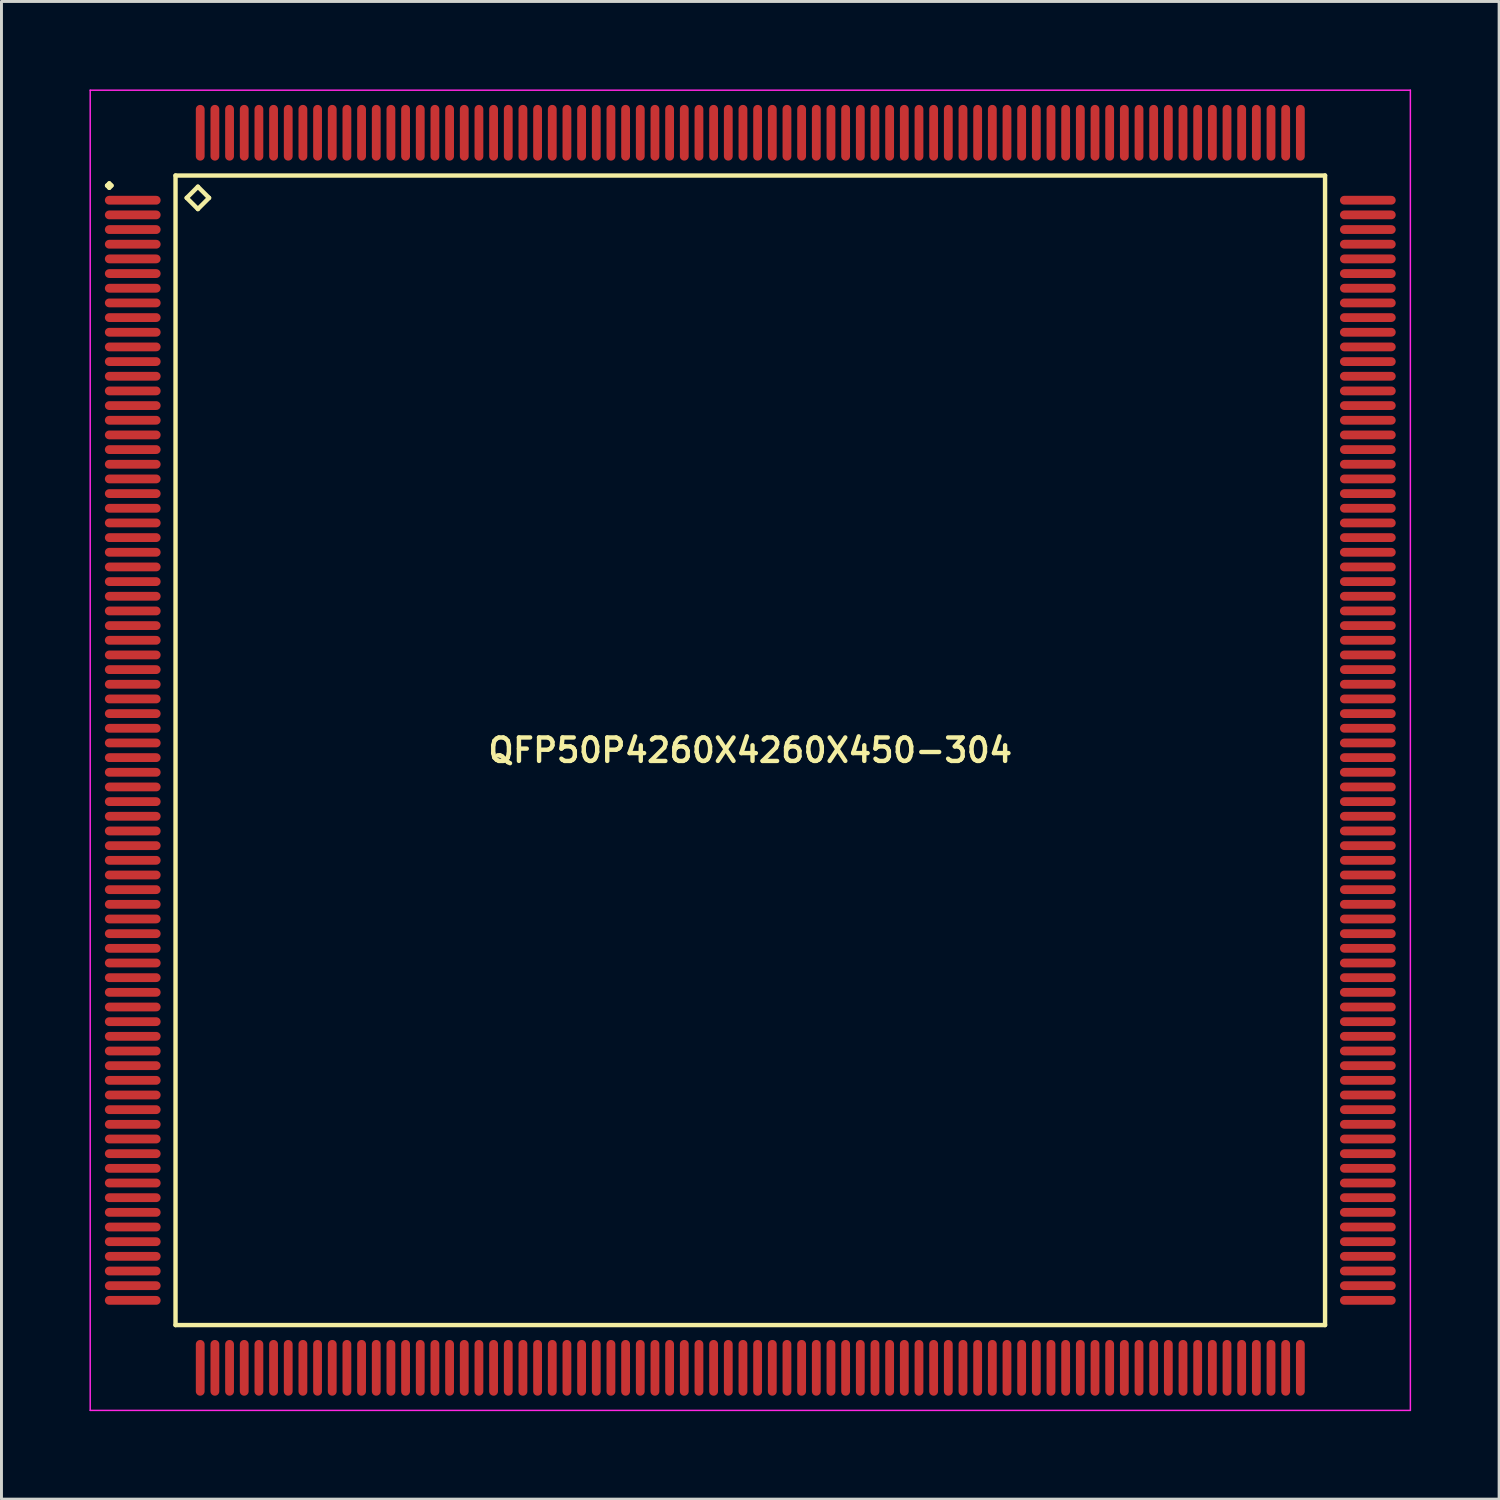
<source format=kicad_pcb>
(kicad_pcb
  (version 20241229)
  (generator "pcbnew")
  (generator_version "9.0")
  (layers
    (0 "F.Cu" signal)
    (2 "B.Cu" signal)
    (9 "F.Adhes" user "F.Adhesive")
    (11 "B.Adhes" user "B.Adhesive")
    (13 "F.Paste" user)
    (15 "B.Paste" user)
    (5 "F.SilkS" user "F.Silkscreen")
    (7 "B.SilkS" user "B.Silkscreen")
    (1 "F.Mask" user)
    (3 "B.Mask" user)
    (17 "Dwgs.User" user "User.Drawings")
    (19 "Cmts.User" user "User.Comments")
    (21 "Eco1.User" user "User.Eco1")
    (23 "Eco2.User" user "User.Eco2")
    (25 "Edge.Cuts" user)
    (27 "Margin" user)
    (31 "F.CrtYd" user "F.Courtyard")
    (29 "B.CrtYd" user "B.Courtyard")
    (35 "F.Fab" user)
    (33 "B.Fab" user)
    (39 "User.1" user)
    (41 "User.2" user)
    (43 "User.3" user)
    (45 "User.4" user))
  (footprint "QFP50P4260X4260X450-304"
    (layer "F.Cu")
    (at 22.525 22.525)
    (property "Reference" "QFP50P4260X4260X450-304" (at 0 0 0) (layer "F.SilkS") (effects (font (size 0.8 0.8) (thickness 0.15))))
    (attr smd)
    (fp_line (start -21.925 -19.25) (end -21.85 -19.325) (stroke (width 0.15) (type solid)) (layer "F.SilkS"))
    (fp_line (start -21.85 -19.325) (end -21.775 -19.25) (stroke (width 0.15) (type solid)) (layer "F.SilkS"))
    (fp_line (start -21.85 -19.175) (end -21.925 -19.25) (stroke (width 0.15) (type solid)) (layer "F.SilkS"))
    (fp_line (start -21.775 -19.25) (end -21.85 -19.175) (stroke (width 0.15) (type solid)) (layer "F.SilkS"))
    (fp_line (start -19.592 -19.592) (end -19.592 19.592) (stroke (width 0.15) (type solid)) (layer "F.SilkS"))
    (fp_line (start -19.592 19.592) (end 19.592 19.592) (stroke (width 0.15) (type solid)) (layer "F.SilkS"))
    (fp_line (start -19.211 -18.83) (end -18.83 -19.211) (stroke (width 0.15) (type solid)) (layer "F.SilkS"))
    (fp_line (start -18.83 -19.211) (end -18.449 -18.83) (stroke (width 0.15) (type solid)) (layer "F.SilkS"))
    (fp_line (start -18.83 -18.449) (end -19.211 -18.83) (stroke (width 0.15) (type solid)) (layer "F.SilkS"))
    (fp_line (start -18.449 -18.83) (end -18.83 -18.449) (stroke (width 0.15) (type solid)) (layer "F.SilkS"))
    (fp_line (start 19.592 -19.592) (end -19.592 -19.592) (stroke (width 0.15) (type solid)) (layer "F.SilkS"))
    (fp_line (start 19.592 19.592) (end 19.592 -19.592) (stroke (width 0.15) (type solid)) (layer "F.SilkS"))
    (fp_line (start -22.5 -22.5) (end 22.5 -22.5) (stroke (width 0.05) (type solid)) (layer "F.CrtYd"))
    (fp_line (start -22.5 22.5) (end -22.5 -22.5) (stroke (width 0.05) (type solid)) (layer "F.CrtYd"))
    (fp_line (start 22.5 -22.5) (end 22.5 22.5) (stroke (width 0.05) (type solid)) (layer "F.CrtYd"))
    (fp_line (start 22.5 22.5) (end -22.5 22.5) (stroke (width 0.05) (type solid)) (layer "F.CrtYd"))
    (pad "1" smd oval (at -21.05 -18.75) (size 1.9 0.3) (layers "F.Cu" "F.Mask" "F.Paste"))
    (pad "2" smd oval (at -21.05 -18.25) (size 1.9 0.3) (layers "F.Cu" "F.Mask" "F.Paste"))
    (pad "3" smd oval (at -21.05 -17.75) (size 1.9 0.3) (layers "F.Cu" "F.Mask" "F.Paste"))
    (pad "4" smd oval (at -21.05 -17.25) (size 1.9 0.3) (layers "F.Cu" "F.Mask" "F.Paste"))
    (pad "5" smd oval (at -21.05 -16.75) (size 1.9 0.3) (layers "F.Cu" "F.Mask" "F.Paste"))
    (pad "6" smd oval (at -21.05 -16.25) (size 1.9 0.3) (layers "F.Cu" "F.Mask" "F.Paste"))
    (pad "7" smd oval (at -21.05 -15.75) (size 1.9 0.3) (layers "F.Cu" "F.Mask" "F.Paste"))
    (pad "8" smd oval (at -21.05 -15.25) (size 1.9 0.3) (layers "F.Cu" "F.Mask" "F.Paste"))
    (pad "9" smd oval (at -21.05 -14.75) (size 1.9 0.3) (layers "F.Cu" "F.Mask" "F.Paste"))
    (pad "10" smd oval (at -21.05 -14.25) (size 1.9 0.3) (layers "F.Cu" "F.Mask" "F.Paste"))
    (pad "11" smd oval (at -21.05 -13.75) (size 1.9 0.3) (layers "F.Cu" "F.Mask" "F.Paste"))
    (pad "12" smd oval (at -21.05 -13.25) (size 1.9 0.3) (layers "F.Cu" "F.Mask" "F.Paste"))
    (pad "13" smd oval (at -21.05 -12.75) (size 1.9 0.3) (layers "F.Cu" "F.Mask" "F.Paste"))
    (pad "14" smd oval (at -21.05 -12.25) (size 1.9 0.3) (layers "F.Cu" "F.Mask" "F.Paste"))
    (pad "15" smd oval (at -21.05 -11.75) (size 1.9 0.3) (layers "F.Cu" "F.Mask" "F.Paste"))
    (pad "16" smd oval (at -21.05 -11.25) (size 1.9 0.3) (layers "F.Cu" "F.Mask" "F.Paste"))
    (pad "17" smd oval (at -21.05 -10.75) (size 1.9 0.3) (layers "F.Cu" "F.Mask" "F.Paste"))
    (pad "18" smd oval (at -21.05 -10.25) (size 1.9 0.3) (layers "F.Cu" "F.Mask" "F.Paste"))
    (pad "19" smd oval (at -21.05 -9.75) (size 1.9 0.3) (layers "F.Cu" "F.Mask" "F.Paste"))
    (pad "20" smd oval (at -21.05 -9.25) (size 1.9 0.3) (layers "F.Cu" "F.Mask" "F.Paste"))
    (pad "21" smd oval (at -21.05 -8.75) (size 1.9 0.3) (layers "F.Cu" "F.Mask" "F.Paste"))
    (pad "22" smd oval (at -21.05 -8.25) (size 1.9 0.3) (layers "F.Cu" "F.Mask" "F.Paste"))
    (pad "23" smd oval (at -21.05 -7.75) (size 1.9 0.3) (layers "F.Cu" "F.Mask" "F.Paste"))
    (pad "24" smd oval (at -21.05 -7.25) (size 1.9 0.3) (layers "F.Cu" "F.Mask" "F.Paste"))
    (pad "25" smd oval (at -21.05 -6.75) (size 1.9 0.3) (layers "F.Cu" "F.Mask" "F.Paste"))
    (pad "26" smd oval (at -21.05 -6.25) (size 1.9 0.3) (layers "F.Cu" "F.Mask" "F.Paste"))
    (pad "27" smd oval (at -21.05 -5.75) (size 1.9 0.3) (layers "F.Cu" "F.Mask" "F.Paste"))
    (pad "28" smd oval (at -21.05 -5.25) (size 1.9 0.3) (layers "F.Cu" "F.Mask" "F.Paste"))
    (pad "29" smd oval (at -21.05 -4.75) (size 1.9 0.3) (layers "F.Cu" "F.Mask" "F.Paste"))
    (pad "30" smd oval (at -21.05 -4.25) (size 1.9 0.3) (layers "F.Cu" "F.Mask" "F.Paste"))
    (pad "31" smd oval (at -21.05 -3.75) (size 1.9 0.3) (layers "F.Cu" "F.Mask" "F.Paste"))
    (pad "32" smd oval (at -21.05 -3.25) (size 1.9 0.3) (layers "F.Cu" "F.Mask" "F.Paste"))
    (pad "33" smd oval (at -21.05 -2.75) (size 1.9 0.3) (layers "F.Cu" "F.Mask" "F.Paste"))
    (pad "34" smd oval (at -21.05 -2.25) (size 1.9 0.3) (layers "F.Cu" "F.Mask" "F.Paste"))
    (pad "35" smd oval (at -21.05 -1.75) (size 1.9 0.3) (layers "F.Cu" "F.Mask" "F.Paste"))
    (pad "36" smd oval (at -21.05 -1.25) (size 1.9 0.3) (layers "F.Cu" "F.Mask" "F.Paste"))
    (pad "37" smd oval (at -21.05 -0.75) (size 1.9 0.3) (layers "F.Cu" "F.Mask" "F.Paste"))
    (pad "38" smd oval (at -21.05 -0.25) (size 1.9 0.3) (layers "F.Cu" "F.Mask" "F.Paste"))
    (pad "39" smd oval (at -21.05 0.25) (size 1.9 0.3) (layers "F.Cu" "F.Mask" "F.Paste"))
    (pad "40" smd oval (at -21.05 0.75) (size 1.9 0.3) (layers "F.Cu" "F.Mask" "F.Paste"))
    (pad "41" smd oval (at -21.05 1.25) (size 1.9 0.3) (layers "F.Cu" "F.Mask" "F.Paste"))
    (pad "42" smd oval (at -21.05 1.75) (size 1.9 0.3) (layers "F.Cu" "F.Mask" "F.Paste"))
    (pad "43" smd oval (at -21.05 2.25) (size 1.9 0.3) (layers "F.Cu" "F.Mask" "F.Paste"))
    (pad "44" smd oval (at -21.05 2.75) (size 1.9 0.3) (layers "F.Cu" "F.Mask" "F.Paste"))
    (pad "45" smd oval (at -21.05 3.25) (size 1.9 0.3) (layers "F.Cu" "F.Mask" "F.Paste"))
    (pad "46" smd oval (at -21.05 3.75) (size 1.9 0.3) (layers "F.Cu" "F.Mask" "F.Paste"))
    (pad "47" smd oval (at -21.05 4.25) (size 1.9 0.3) (layers "F.Cu" "F.Mask" "F.Paste"))
    (pad "48" smd oval (at -21.05 4.75) (size 1.9 0.3) (layers "F.Cu" "F.Mask" "F.Paste"))
    (pad "49" smd oval (at -21.05 5.25) (size 1.9 0.3) (layers "F.Cu" "F.Mask" "F.Paste"))
    (pad "50" smd oval (at -21.05 5.75) (size 1.9 0.3) (layers "F.Cu" "F.Mask" "F.Paste"))
    (pad "51" smd oval (at -21.05 6.25) (size 1.9 0.3) (layers "F.Cu" "F.Mask" "F.Paste"))
    (pad "52" smd oval (at -21.05 6.75) (size 1.9 0.3) (layers "F.Cu" "F.Mask" "F.Paste"))
    (pad "53" smd oval (at -21.05 7.25) (size 1.9 0.3) (layers "F.Cu" "F.Mask" "F.Paste"))
    (pad "54" smd oval (at -21.05 7.75) (size 1.9 0.3) (layers "F.Cu" "F.Mask" "F.Paste"))
    (pad "55" smd oval (at -21.05 8.25) (size 1.9 0.3) (layers "F.Cu" "F.Mask" "F.Paste"))
    (pad "56" smd oval (at -21.05 8.75) (size 1.9 0.3) (layers "F.Cu" "F.Mask" "F.Paste"))
    (pad "57" smd oval (at -21.05 9.25) (size 1.9 0.3) (layers "F.Cu" "F.Mask" "F.Paste"))
    (pad "58" smd oval (at -21.05 9.75) (size 1.9 0.3) (layers "F.Cu" "F.Mask" "F.Paste"))
    (pad "59" smd oval (at -21.05 10.25) (size 1.9 0.3) (layers "F.Cu" "F.Mask" "F.Paste"))
    (pad "60" smd oval (at -21.05 10.75) (size 1.9 0.3) (layers "F.Cu" "F.Mask" "F.Paste"))
    (pad "61" smd oval (at -21.05 11.25) (size 1.9 0.3) (layers "F.Cu" "F.Mask" "F.Paste"))
    (pad "62" smd oval (at -21.05 11.75) (size 1.9 0.3) (layers "F.Cu" "F.Mask" "F.Paste"))
    (pad "63" smd oval (at -21.05 12.25) (size 1.9 0.3) (layers "F.Cu" "F.Mask" "F.Paste"))
    (pad "64" smd oval (at -21.05 12.75) (size 1.9 0.3) (layers "F.Cu" "F.Mask" "F.Paste"))
    (pad "65" smd oval (at -21.05 13.25) (size 1.9 0.3) (layers "F.Cu" "F.Mask" "F.Paste"))
    (pad "66" smd oval (at -21.05 13.75) (size 1.9 0.3) (layers "F.Cu" "F.Mask" "F.Paste"))
    (pad "67" smd oval (at -21.05 14.25) (size 1.9 0.3) (layers "F.Cu" "F.Mask" "F.Paste"))
    (pad "68" smd oval (at -21.05 14.75) (size 1.9 0.3) (layers "F.Cu" "F.Mask" "F.Paste"))
    (pad "69" smd oval (at -21.05 15.25) (size 1.9 0.3) (layers "F.Cu" "F.Mask" "F.Paste"))
    (pad "70" smd oval (at -21.05 15.75) (size 1.9 0.3) (layers "F.Cu" "F.Mask" "F.Paste"))
    (pad "71" smd oval (at -21.05 16.25) (size 1.9 0.3) (layers "F.Cu" "F.Mask" "F.Paste"))
    (pad "72" smd oval (at -21.05 16.75) (size 1.9 0.3) (layers "F.Cu" "F.Mask" "F.Paste"))
    (pad "73" smd oval (at -21.05 17.25) (size 1.9 0.3) (layers "F.Cu" "F.Mask" "F.Paste"))
    (pad "74" smd oval (at -21.05 17.75) (size 1.9 0.3) (layers "F.Cu" "F.Mask" "F.Paste"))
    (pad "75" smd oval (at -21.05 18.25) (size 1.9 0.3) (layers "F.Cu" "F.Mask" "F.Paste"))
    (pad "76" smd oval (at -21.05 18.75) (size 1.9 0.3) (layers "F.Cu" "F.Mask" "F.Paste"))
    (pad "77" smd oval (at -18.75 21.05) (size 0.3 1.9) (layers "F.Cu" "F.Mask" "F.Paste"))
    (pad "78" smd oval (at -18.25 21.05) (size 0.3 1.9) (layers "F.Cu" "F.Mask" "F.Paste"))
    (pad "79" smd oval (at -17.75 21.05) (size 0.3 1.9) (layers "F.Cu" "F.Mask" "F.Paste"))
    (pad "80" smd oval (at -17.25 21.05) (size 0.3 1.9) (layers "F.Cu" "F.Mask" "F.Paste"))
    (pad "81" smd oval (at -16.75 21.05) (size 0.3 1.9) (layers "F.Cu" "F.Mask" "F.Paste"))
    (pad "82" smd oval (at -16.25 21.05) (size 0.3 1.9) (layers "F.Cu" "F.Mask" "F.Paste"))
    (pad "83" smd oval (at -15.75 21.05) (size 0.3 1.9) (layers "F.Cu" "F.Mask" "F.Paste"))
    (pad "84" smd oval (at -15.25 21.05) (size 0.3 1.9) (layers "F.Cu" "F.Mask" "F.Paste"))
    (pad "85" smd oval (at -14.75 21.05) (size 0.3 1.9) (layers "F.Cu" "F.Mask" "F.Paste"))
    (pad "86" smd oval (at -14.25 21.05) (size 0.3 1.9) (layers "F.Cu" "F.Mask" "F.Paste"))
    (pad "87" smd oval (at -13.75 21.05) (size 0.3 1.9) (layers "F.Cu" "F.Mask" "F.Paste"))
    (pad "88" smd oval (at -13.25 21.05) (size 0.3 1.9) (layers "F.Cu" "F.Mask" "F.Paste"))
    (pad "89" smd oval (at -12.75 21.05) (size 0.3 1.9) (layers "F.Cu" "F.Mask" "F.Paste"))
    (pad "90" smd oval (at -12.25 21.05) (size 0.3 1.9) (layers "F.Cu" "F.Mask" "F.Paste"))
    (pad "91" smd oval (at -11.75 21.05) (size 0.3 1.9) (layers "F.Cu" "F.Mask" "F.Paste"))
    (pad "92" smd oval (at -11.25 21.05) (size 0.3 1.9) (layers "F.Cu" "F.Mask" "F.Paste"))
    (pad "93" smd oval (at -10.75 21.05) (size 0.3 1.9) (layers "F.Cu" "F.Mask" "F.Paste"))
    (pad "94" smd oval (at -10.25 21.05) (size 0.3 1.9) (layers "F.Cu" "F.Mask" "F.Paste"))
    (pad "95" smd oval (at -9.75 21.05) (size 0.3 1.9) (layers "F.Cu" "F.Mask" "F.Paste"))
    (pad "96" smd oval (at -9.25 21.05) (size 0.3 1.9) (layers "F.Cu" "F.Mask" "F.Paste"))
    (pad "97" smd oval (at -8.75 21.05) (size 0.3 1.9) (layers "F.Cu" "F.Mask" "F.Paste"))
    (pad "98" smd oval (at -8.25 21.05) (size 0.3 1.9) (layers "F.Cu" "F.Mask" "F.Paste"))
    (pad "99" smd oval (at -7.75 21.05) (size 0.3 1.9) (layers "F.Cu" "F.Mask" "F.Paste"))
    (pad "100" smd oval (at -7.25 21.05) (size 0.3 1.9) (layers "F.Cu" "F.Mask" "F.Paste"))
    (pad "101" smd oval (at -6.75 21.05) (size 0.3 1.9) (layers "F.Cu" "F.Mask" "F.Paste"))
    (pad "102" smd oval (at -6.25 21.05) (size 0.3 1.9) (layers "F.Cu" "F.Mask" "F.Paste"))
    (pad "103" smd oval (at -5.75 21.05) (size 0.3 1.9) (layers "F.Cu" "F.Mask" "F.Paste"))
    (pad "104" smd oval (at -5.25 21.05) (size 0.3 1.9) (layers "F.Cu" "F.Mask" "F.Paste"))
    (pad "105" smd oval (at -4.75 21.05) (size 0.3 1.9) (layers "F.Cu" "F.Mask" "F.Paste"))
    (pad "106" smd oval (at -4.25 21.05) (size 0.3 1.9) (layers "F.Cu" "F.Mask" "F.Paste"))
    (pad "107" smd oval (at -3.75 21.05) (size 0.3 1.9) (layers "F.Cu" "F.Mask" "F.Paste"))
    (pad "108" smd oval (at -3.25 21.05) (size 0.3 1.9) (layers "F.Cu" "F.Mask" "F.Paste"))
    (pad "109" smd oval (at -2.75 21.05) (size 0.3 1.9) (layers "F.Cu" "F.Mask" "F.Paste"))
    (pad "110" smd oval (at -2.25 21.05) (size 0.3 1.9) (layers "F.Cu" "F.Mask" "F.Paste"))
    (pad "111" smd oval (at -1.75 21.05) (size 0.3 1.9) (layers "F.Cu" "F.Mask" "F.Paste"))
    (pad "112" smd oval (at -1.25 21.05) (size 0.3 1.9) (layers "F.Cu" "F.Mask" "F.Paste"))
    (pad "113" smd oval (at -0.75 21.05) (size 0.3 1.9) (layers "F.Cu" "F.Mask" "F.Paste"))
    (pad "114" smd oval (at -0.25 21.05) (size 0.3 1.9) (layers "F.Cu" "F.Mask" "F.Paste"))
    (pad "115" smd oval (at 0.25 21.05) (size 0.3 1.9) (layers "F.Cu" "F.Mask" "F.Paste"))
    (pad "116" smd oval (at 0.75 21.05) (size 0.3 1.9) (layers "F.Cu" "F.Mask" "F.Paste"))
    (pad "117" smd oval (at 1.25 21.05) (size 0.3 1.9) (layers "F.Cu" "F.Mask" "F.Paste"))
    (pad "118" smd oval (at 1.75 21.05) (size 0.3 1.9) (layers "F.Cu" "F.Mask" "F.Paste"))
    (pad "119" smd oval (at 2.25 21.05) (size 0.3 1.9) (layers "F.Cu" "F.Mask" "F.Paste"))
    (pad "120" smd oval (at 2.75 21.05) (size 0.3 1.9) (layers "F.Cu" "F.Mask" "F.Paste"))
    (pad "121" smd oval (at 3.25 21.05) (size 0.3 1.9) (layers "F.Cu" "F.Mask" "F.Paste"))
    (pad "122" smd oval (at 3.75 21.05) (size 0.3 1.9) (layers "F.Cu" "F.Mask" "F.Paste"))
    (pad "123" smd oval (at 4.25 21.05) (size 0.3 1.9) (layers "F.Cu" "F.Mask" "F.Paste"))
    (pad "124" smd oval (at 4.75 21.05) (size 0.3 1.9) (layers "F.Cu" "F.Mask" "F.Paste"))
    (pad "125" smd oval (at 5.25 21.05) (size 0.3 1.9) (layers "F.Cu" "F.Mask" "F.Paste"))
    (pad "126" smd oval (at 5.75 21.05) (size 0.3 1.9) (layers "F.Cu" "F.Mask" "F.Paste"))
    (pad "127" smd oval (at 6.25 21.05) (size 0.3 1.9) (layers "F.Cu" "F.Mask" "F.Paste"))
    (pad "128" smd oval (at 6.75 21.05) (size 0.3 1.9) (layers "F.Cu" "F.Mask" "F.Paste"))
    (pad "129" smd oval (at 7.25 21.05) (size 0.3 1.9) (layers "F.Cu" "F.Mask" "F.Paste"))
    (pad "130" smd oval (at 7.75 21.05) (size 0.3 1.9) (layers "F.Cu" "F.Mask" "F.Paste"))
    (pad "131" smd oval (at 8.25 21.05) (size 0.3 1.9) (layers "F.Cu" "F.Mask" "F.Paste"))
    (pad "132" smd oval (at 8.75 21.05) (size 0.3 1.9) (layers "F.Cu" "F.Mask" "F.Paste"))
    (pad "133" smd oval (at 9.25 21.05) (size 0.3 1.9) (layers "F.Cu" "F.Mask" "F.Paste"))
    (pad "134" smd oval (at 9.75 21.05) (size 0.3 1.9) (layers "F.Cu" "F.Mask" "F.Paste"))
    (pad "135" smd oval (at 10.25 21.05) (size 0.3 1.9) (layers "F.Cu" "F.Mask" "F.Paste"))
    (pad "136" smd oval (at 10.75 21.05) (size 0.3 1.9) (layers "F.Cu" "F.Mask" "F.Paste"))
    (pad "137" smd oval (at 11.25 21.05) (size 0.3 1.9) (layers "F.Cu" "F.Mask" "F.Paste"))
    (pad "138" smd oval (at 11.75 21.05) (size 0.3 1.9) (layers "F.Cu" "F.Mask" "F.Paste"))
    (pad "139" smd oval (at 12.25 21.05) (size 0.3 1.9) (layers "F.Cu" "F.Mask" "F.Paste"))
    (pad "140" smd oval (at 12.75 21.05) (size 0.3 1.9) (layers "F.Cu" "F.Mask" "F.Paste"))
    (pad "141" smd oval (at 13.25 21.05) (size 0.3 1.9) (layers "F.Cu" "F.Mask" "F.Paste"))
    (pad "142" smd oval (at 13.75 21.05) (size 0.3 1.9) (layers "F.Cu" "F.Mask" "F.Paste"))
    (pad "143" smd oval (at 14.25 21.05) (size 0.3 1.9) (layers "F.Cu" "F.Mask" "F.Paste"))
    (pad "144" smd oval (at 14.75 21.05) (size 0.3 1.9) (layers "F.Cu" "F.Mask" "F.Paste"))
    (pad "145" smd oval (at 15.25 21.05) (size 0.3 1.9) (layers "F.Cu" "F.Mask" "F.Paste"))
    (pad "146" smd oval (at 15.75 21.05) (size 0.3 1.9) (layers "F.Cu" "F.Mask" "F.Paste"))
    (pad "147" smd oval (at 16.25 21.05) (size 0.3 1.9) (layers "F.Cu" "F.Mask" "F.Paste"))
    (pad "148" smd oval (at 16.75 21.05) (size 0.3 1.9) (layers "F.Cu" "F.Mask" "F.Paste"))
    (pad "149" smd oval (at 17.25 21.05) (size 0.3 1.9) (layers "F.Cu" "F.Mask" "F.Paste"))
    (pad "150" smd oval (at 17.75 21.05) (size 0.3 1.9) (layers "F.Cu" "F.Mask" "F.Paste"))
    (pad "151" smd oval (at 18.25 21.05) (size 0.3 1.9) (layers "F.Cu" "F.Mask" "F.Paste"))
    (pad "152" smd oval (at 18.75 21.05) (size 0.3 1.9) (layers "F.Cu" "F.Mask" "F.Paste"))
    (pad "153" smd oval (at 21.05 18.75) (size 1.9 0.3) (layers "F.Cu" "F.Mask" "F.Paste"))
    (pad "154" smd oval (at 21.05 18.25) (size 1.9 0.3) (layers "F.Cu" "F.Mask" "F.Paste"))
    (pad "155" smd oval (at 21.05 17.75) (size 1.9 0.3) (layers "F.Cu" "F.Mask" "F.Paste"))
    (pad "156" smd oval (at 21.05 17.25) (size 1.9 0.3) (layers "F.Cu" "F.Mask" "F.Paste"))
    (pad "157" smd oval (at 21.05 16.75) (size 1.9 0.3) (layers "F.Cu" "F.Mask" "F.Paste"))
    (pad "158" smd oval (at 21.05 16.25) (size 1.9 0.3) (layers "F.Cu" "F.Mask" "F.Paste"))
    (pad "159" smd oval (at 21.05 15.75) (size 1.9 0.3) (layers "F.Cu" "F.Mask" "F.Paste"))
    (pad "160" smd oval (at 21.05 15.25) (size 1.9 0.3) (layers "F.Cu" "F.Mask" "F.Paste"))
    (pad "161" smd oval (at 21.05 14.75) (size 1.9 0.3) (layers "F.Cu" "F.Mask" "F.Paste"))
    (pad "162" smd oval (at 21.05 14.25) (size 1.9 0.3) (layers "F.Cu" "F.Mask" "F.Paste"))
    (pad "163" smd oval (at 21.05 13.75) (size 1.9 0.3) (layers "F.Cu" "F.Mask" "F.Paste"))
    (pad "164" smd oval (at 21.05 13.25) (size 1.9 0.3) (layers "F.Cu" "F.Mask" "F.Paste"))
    (pad "165" smd oval (at 21.05 12.75) (size 1.9 0.3) (layers "F.Cu" "F.Mask" "F.Paste"))
    (pad "166" smd oval (at 21.05 12.25) (size 1.9 0.3) (layers "F.Cu" "F.Mask" "F.Paste"))
    (pad "167" smd oval (at 21.05 11.75) (size 1.9 0.3) (layers "F.Cu" "F.Mask" "F.Paste"))
    (pad "168" smd oval (at 21.05 11.25) (size 1.9 0.3) (layers "F.Cu" "F.Mask" "F.Paste"))
    (pad "169" smd oval (at 21.05 10.75) (size 1.9 0.3) (layers "F.Cu" "F.Mask" "F.Paste"))
    (pad "170" smd oval (at 21.05 10.25) (size 1.9 0.3) (layers "F.Cu" "F.Mask" "F.Paste"))
    (pad "171" smd oval (at 21.05 9.75) (size 1.9 0.3) (layers "F.Cu" "F.Mask" "F.Paste"))
    (pad "172" smd oval (at 21.05 9.25) (size 1.9 0.3) (layers "F.Cu" "F.Mask" "F.Paste"))
    (pad "173" smd oval (at 21.05 8.75) (size 1.9 0.3) (layers "F.Cu" "F.Mask" "F.Paste"))
    (pad "174" smd oval (at 21.05 8.25) (size 1.9 0.3) (layers "F.Cu" "F.Mask" "F.Paste"))
    (pad "175" smd oval (at 21.05 7.75) (size 1.9 0.3) (layers "F.Cu" "F.Mask" "F.Paste"))
    (pad "176" smd oval (at 21.05 7.25) (size 1.9 0.3) (layers "F.Cu" "F.Mask" "F.Paste"))
    (pad "177" smd oval (at 21.05 6.75) (size 1.9 0.3) (layers "F.Cu" "F.Mask" "F.Paste"))
    (pad "178" smd oval (at 21.05 6.25) (size 1.9 0.3) (layers "F.Cu" "F.Mask" "F.Paste"))
    (pad "179" smd oval (at 21.05 5.75) (size 1.9 0.3) (layers "F.Cu" "F.Mask" "F.Paste"))
    (pad "180" smd oval (at 21.05 5.25) (size 1.9 0.3) (layers "F.Cu" "F.Mask" "F.Paste"))
    (pad "181" smd oval (at 21.05 4.75) (size 1.9 0.3) (layers "F.Cu" "F.Mask" "F.Paste"))
    (pad "182" smd oval (at 21.05 4.25) (size 1.9 0.3) (layers "F.Cu" "F.Mask" "F.Paste"))
    (pad "183" smd oval (at 21.05 3.75) (size 1.9 0.3) (layers "F.Cu" "F.Mask" "F.Paste"))
    (pad "184" smd oval (at 21.05 3.25) (size 1.9 0.3) (layers "F.Cu" "F.Mask" "F.Paste"))
    (pad "185" smd oval (at 21.05 2.75) (size 1.9 0.3) (layers "F.Cu" "F.Mask" "F.Paste"))
    (pad "186" smd oval (at 21.05 2.25) (size 1.9 0.3) (layers "F.Cu" "F.Mask" "F.Paste"))
    (pad "187" smd oval (at 21.05 1.75) (size 1.9 0.3) (layers "F.Cu" "F.Mask" "F.Paste"))
    (pad "188" smd oval (at 21.05 1.25) (size 1.9 0.3) (layers "F.Cu" "F.Mask" "F.Paste"))
    (pad "189" smd oval (at 21.05 0.75) (size 1.9 0.3) (layers "F.Cu" "F.Mask" "F.Paste"))
    (pad "190" smd oval (at 21.05 0.25) (size 1.9 0.3) (layers "F.Cu" "F.Mask" "F.Paste"))
    (pad "191" smd oval (at 21.05 -0.25) (size 1.9 0.3) (layers "F.Cu" "F.Mask" "F.Paste"))
    (pad "192" smd oval (at 21.05 -0.75) (size 1.9 0.3) (layers "F.Cu" "F.Mask" "F.Paste"))
    (pad "193" smd oval (at 21.05 -1.25) (size 1.9 0.3) (layers "F.Cu" "F.Mask" "F.Paste"))
    (pad "194" smd oval (at 21.05 -1.75) (size 1.9 0.3) (layers "F.Cu" "F.Mask" "F.Paste"))
    (pad "195" smd oval (at 21.05 -2.25) (size 1.9 0.3) (layers "F.Cu" "F.Mask" "F.Paste"))
    (pad "196" smd oval (at 21.05 -2.75) (size 1.9 0.3) (layers "F.Cu" "F.Mask" "F.Paste"))
    (pad "197" smd oval (at 21.05 -3.25) (size 1.9 0.3) (layers "F.Cu" "F.Mask" "F.Paste"))
    (pad "198" smd oval (at 21.05 -3.75) (size 1.9 0.3) (layers "F.Cu" "F.Mask" "F.Paste"))
    (pad "199" smd oval (at 21.05 -4.25) (size 1.9 0.3) (layers "F.Cu" "F.Mask" "F.Paste"))
    (pad "200" smd oval (at 21.05 -4.75) (size 1.9 0.3) (layers "F.Cu" "F.Mask" "F.Paste"))
    (pad "201" smd oval (at 21.05 -5.25) (size 1.9 0.3) (layers "F.Cu" "F.Mask" "F.Paste"))
    (pad "202" smd oval (at 21.05 -5.75) (size 1.9 0.3) (layers "F.Cu" "F.Mask" "F.Paste"))
    (pad "203" smd oval (at 21.05 -6.25) (size 1.9 0.3) (layers "F.Cu" "F.Mask" "F.Paste"))
    (pad "204" smd oval (at 21.05 -6.75) (size 1.9 0.3) (layers "F.Cu" "F.Mask" "F.Paste"))
    (pad "205" smd oval (at 21.05 -7.25) (size 1.9 0.3) (layers "F.Cu" "F.Mask" "F.Paste"))
    (pad "206" smd oval (at 21.05 -7.75) (size 1.9 0.3) (layers "F.Cu" "F.Mask" "F.Paste"))
    (pad "207" smd oval (at 21.05 -8.25) (size 1.9 0.3) (layers "F.Cu" "F.Mask" "F.Paste"))
    (pad "208" smd oval (at 21.05 -8.75) (size 1.9 0.3) (layers "F.Cu" "F.Mask" "F.Paste"))
    (pad "209" smd oval (at 21.05 -9.25) (size 1.9 0.3) (layers "F.Cu" "F.Mask" "F.Paste"))
    (pad "210" smd oval (at 21.05 -9.75) (size 1.9 0.3) (layers "F.Cu" "F.Mask" "F.Paste"))
    (pad "211" smd oval (at 21.05 -10.25) (size 1.9 0.3) (layers "F.Cu" "F.Mask" "F.Paste"))
    (pad "212" smd oval (at 21.05 -10.75) (size 1.9 0.3) (layers "F.Cu" "F.Mask" "F.Paste"))
    (pad "213" smd oval (at 21.05 -11.25) (size 1.9 0.3) (layers "F.Cu" "F.Mask" "F.Paste"))
    (pad "214" smd oval (at 21.05 -11.75) (size 1.9 0.3) (layers "F.Cu" "F.Mask" "F.Paste"))
    (pad "215" smd oval (at 21.05 -12.25) (size 1.9 0.3) (layers "F.Cu" "F.Mask" "F.Paste"))
    (pad "216" smd oval (at 21.05 -12.75) (size 1.9 0.3) (layers "F.Cu" "F.Mask" "F.Paste"))
    (pad "217" smd oval (at 21.05 -13.25) (size 1.9 0.3) (layers "F.Cu" "F.Mask" "F.Paste"))
    (pad "218" smd oval (at 21.05 -13.75) (size 1.9 0.3) (layers "F.Cu" "F.Mask" "F.Paste"))
    (pad "219" smd oval (at 21.05 -14.25) (size 1.9 0.3) (layers "F.Cu" "F.Mask" "F.Paste"))
    (pad "220" smd oval (at 21.05 -14.75) (size 1.9 0.3) (layers "F.Cu" "F.Mask" "F.Paste"))
    (pad "221" smd oval (at 21.05 -15.25) (size 1.9 0.3) (layers "F.Cu" "F.Mask" "F.Paste"))
    (pad "222" smd oval (at 21.05 -15.75) (size 1.9 0.3) (layers "F.Cu" "F.Mask" "F.Paste"))
    (pad "223" smd oval (at 21.05 -16.25) (size 1.9 0.3) (layers "F.Cu" "F.Mask" "F.Paste"))
    (pad "224" smd oval (at 21.05 -16.75) (size 1.9 0.3) (layers "F.Cu" "F.Mask" "F.Paste"))
    (pad "225" smd oval (at 21.05 -17.25) (size 1.9 0.3) (layers "F.Cu" "F.Mask" "F.Paste"))
    (pad "226" smd oval (at 21.05 -17.75) (size 1.9 0.3) (layers "F.Cu" "F.Mask" "F.Paste"))
    (pad "227" smd oval (at 21.05 -18.25) (size 1.9 0.3) (layers "F.Cu" "F.Mask" "F.Paste"))
    (pad "228" smd oval (at 21.05 -18.75) (size 1.9 0.3) (layers "F.Cu" "F.Mask" "F.Paste"))
    (pad "229" smd oval (at 18.75 -21.05) (size 0.3 1.9) (layers "F.Cu" "F.Mask" "F.Paste"))
    (pad "230" smd oval (at 18.25 -21.05) (size 0.3 1.9) (layers "F.Cu" "F.Mask" "F.Paste"))
    (pad "231" smd oval (at 17.75 -21.05) (size 0.3 1.9) (layers "F.Cu" "F.Mask" "F.Paste"))
    (pad "232" smd oval (at 17.25 -21.05) (size 0.3 1.9) (layers "F.Cu" "F.Mask" "F.Paste"))
    (pad "233" smd oval (at 16.75 -21.05) (size 0.3 1.9) (layers "F.Cu" "F.Mask" "F.Paste"))
    (pad "234" smd oval (at 16.25 -21.05) (size 0.3 1.9) (layers "F.Cu" "F.Mask" "F.Paste"))
    (pad "235" smd oval (at 15.75 -21.05) (size 0.3 1.9) (layers "F.Cu" "F.Mask" "F.Paste"))
    (pad "236" smd oval (at 15.25 -21.05) (size 0.3 1.9) (layers "F.Cu" "F.Mask" "F.Paste"))
    (pad "237" smd oval (at 14.75 -21.05) (size 0.3 1.9) (layers "F.Cu" "F.Mask" "F.Paste"))
    (pad "238" smd oval (at 14.25 -21.05) (size 0.3 1.9) (layers "F.Cu" "F.Mask" "F.Paste"))
    (pad "239" smd oval (at 13.75 -21.05) (size 0.3 1.9) (layers "F.Cu" "F.Mask" "F.Paste"))
    (pad "240" smd oval (at 13.25 -21.05) (size 0.3 1.9) (layers "F.Cu" "F.Mask" "F.Paste"))
    (pad "241" smd oval (at 12.75 -21.05) (size 0.3 1.9) (layers "F.Cu" "F.Mask" "F.Paste"))
    (pad "242" smd oval (at 12.25 -21.05) (size 0.3 1.9) (layers "F.Cu" "F.Mask" "F.Paste"))
    (pad "243" smd oval (at 11.75 -21.05) (size 0.3 1.9) (layers "F.Cu" "F.Mask" "F.Paste"))
    (pad "244" smd oval (at 11.25 -21.05) (size 0.3 1.9) (layers "F.Cu" "F.Mask" "F.Paste"))
    (pad "245" smd oval (at 10.75 -21.05) (size 0.3 1.9) (layers "F.Cu" "F.Mask" "F.Paste"))
    (pad "246" smd oval (at 10.25 -21.05) (size 0.3 1.9) (layers "F.Cu" "F.Mask" "F.Paste"))
    (pad "247" smd oval (at 9.75 -21.05) (size 0.3 1.9) (layers "F.Cu" "F.Mask" "F.Paste"))
    (pad "248" smd oval (at 9.25 -21.05) (size 0.3 1.9) (layers "F.Cu" "F.Mask" "F.Paste"))
    (pad "249" smd oval (at 8.75 -21.05) (size 0.3 1.9) (layers "F.Cu" "F.Mask" "F.Paste"))
    (pad "250" smd oval (at 8.25 -21.05) (size 0.3 1.9) (layers "F.Cu" "F.Mask" "F.Paste"))
    (pad "251" smd oval (at 7.75 -21.05) (size 0.3 1.9) (layers "F.Cu" "F.Mask" "F.Paste"))
    (pad "252" smd oval (at 7.25 -21.05) (size 0.3 1.9) (layers "F.Cu" "F.Mask" "F.Paste"))
    (pad "253" smd oval (at 6.75 -21.05) (size 0.3 1.9) (layers "F.Cu" "F.Mask" "F.Paste"))
    (pad "254" smd oval (at 6.25 -21.05) (size 0.3 1.9) (layers "F.Cu" "F.Mask" "F.Paste"))
    (pad "255" smd oval (at 5.75 -21.05) (size 0.3 1.9) (layers "F.Cu" "F.Mask" "F.Paste"))
    (pad "256" smd oval (at 5.25 -21.05) (size 0.3 1.9) (layers "F.Cu" "F.Mask" "F.Paste"))
    (pad "257" smd oval (at 4.75 -21.05) (size 0.3 1.9) (layers "F.Cu" "F.Mask" "F.Paste"))
    (pad "258" smd oval (at 4.25 -21.05) (size 0.3 1.9) (layers "F.Cu" "F.Mask" "F.Paste"))
    (pad "259" smd oval (at 3.75 -21.05) (size 0.3 1.9) (layers "F.Cu" "F.Mask" "F.Paste"))
    (pad "260" smd oval (at 3.25 -21.05) (size 0.3 1.9) (layers "F.Cu" "F.Mask" "F.Paste"))
    (pad "261" smd oval (at 2.75 -21.05) (size 0.3 1.9) (layers "F.Cu" "F.Mask" "F.Paste"))
    (pad "262" smd oval (at 2.25 -21.05) (size 0.3 1.9) (layers "F.Cu" "F.Mask" "F.Paste"))
    (pad "263" smd oval (at 1.75 -21.05) (size 0.3 1.9) (layers "F.Cu" "F.Mask" "F.Paste"))
    (pad "264" smd oval (at 1.25 -21.05) (size 0.3 1.9) (layers "F.Cu" "F.Mask" "F.Paste"))
    (pad "265" smd oval (at 0.75 -21.05) (size 0.3 1.9) (layers "F.Cu" "F.Mask" "F.Paste"))
    (pad "266" smd oval (at 0.25 -21.05) (size 0.3 1.9) (layers "F.Cu" "F.Mask" "F.Paste"))
    (pad "267" smd oval (at -0.25 -21.05) (size 0.3 1.9) (layers "F.Cu" "F.Mask" "F.Paste"))
    (pad "268" smd oval (at -0.75 -21.05) (size 0.3 1.9) (layers "F.Cu" "F.Mask" "F.Paste"))
    (pad "269" smd oval (at -1.25 -21.05) (size 0.3 1.9) (layers "F.Cu" "F.Mask" "F.Paste"))
    (pad "270" smd oval (at -1.75 -21.05) (size 0.3 1.9) (layers "F.Cu" "F.Mask" "F.Paste"))
    (pad "271" smd oval (at -2.25 -21.05) (size 0.3 1.9) (layers "F.Cu" "F.Mask" "F.Paste"))
    (pad "272" smd oval (at -2.75 -21.05) (size 0.3 1.9) (layers "F.Cu" "F.Mask" "F.Paste"))
    (pad "273" smd oval (at -3.25 -21.05) (size 0.3 1.9) (layers "F.Cu" "F.Mask" "F.Paste"))
    (pad "274" smd oval (at -3.75 -21.05) (size 0.3 1.9) (layers "F.Cu" "F.Mask" "F.Paste"))
    (pad "275" smd oval (at -4.25 -21.05) (size 0.3 1.9) (layers "F.Cu" "F.Mask" "F.Paste"))
    (pad "276" smd oval (at -4.75 -21.05) (size 0.3 1.9) (layers "F.Cu" "F.Mask" "F.Paste"))
    (pad "277" smd oval (at -5.25 -21.05) (size 0.3 1.9) (layers "F.Cu" "F.Mask" "F.Paste"))
    (pad "278" smd oval (at -5.75 -21.05) (size 0.3 1.9) (layers "F.Cu" "F.Mask" "F.Paste"))
    (pad "279" smd oval (at -6.25 -21.05) (size 0.3 1.9) (layers "F.Cu" "F.Mask" "F.Paste"))
    (pad "280" smd oval (at -6.75 -21.05) (size 0.3 1.9) (layers "F.Cu" "F.Mask" "F.Paste"))
    (pad "281" smd oval (at -7.25 -21.05) (size 0.3 1.9) (layers "F.Cu" "F.Mask" "F.Paste"))
    (pad "282" smd oval (at -7.75 -21.05) (size 0.3 1.9) (layers "F.Cu" "F.Mask" "F.Paste"))
    (pad "283" smd oval (at -8.25 -21.05) (size 0.3 1.9) (layers "F.Cu" "F.Mask" "F.Paste"))
    (pad "284" smd oval (at -8.75 -21.05) (size 0.3 1.9) (layers "F.Cu" "F.Mask" "F.Paste"))
    (pad "285" smd oval (at -9.25 -21.05) (size 0.3 1.9) (layers "F.Cu" "F.Mask" "F.Paste"))
    (pad "286" smd oval (at -9.75 -21.05) (size 0.3 1.9) (layers "F.Cu" "F.Mask" "F.Paste"))
    (pad "287" smd oval (at -10.25 -21.05) (size 0.3 1.9) (layers "F.Cu" "F.Mask" "F.Paste"))
    (pad "288" smd oval (at -10.75 -21.05) (size 0.3 1.9) (layers "F.Cu" "F.Mask" "F.Paste"))
    (pad "289" smd oval (at -11.25 -21.05) (size 0.3 1.9) (layers "F.Cu" "F.Mask" "F.Paste"))
    (pad "290" smd oval (at -11.75 -21.05) (size 0.3 1.9) (layers "F.Cu" "F.Mask" "F.Paste"))
    (pad "291" smd oval (at -12.25 -21.05) (size 0.3 1.9) (layers "F.Cu" "F.Mask" "F.Paste"))
    (pad "292" smd oval (at -12.75 -21.05) (size 0.3 1.9) (layers "F.Cu" "F.Mask" "F.Paste"))
    (pad "293" smd oval (at -13.25 -21.05) (size 0.3 1.9) (layers "F.Cu" "F.Mask" "F.Paste"))
    (pad "294" smd oval (at -13.75 -21.05) (size 0.3 1.9) (layers "F.Cu" "F.Mask" "F.Paste"))
    (pad "295" smd oval (at -14.25 -21.05) (size 0.3 1.9) (layers "F.Cu" "F.Mask" "F.Paste"))
    (pad "296" smd oval (at -14.75 -21.05) (size 0.3 1.9) (layers "F.Cu" "F.Mask" "F.Paste"))
    (pad "297" smd oval (at -15.25 -21.05) (size 0.3 1.9) (layers "F.Cu" "F.Mask" "F.Paste"))
    (pad "298" smd oval (at -15.75 -21.05) (size 0.3 1.9) (layers "F.Cu" "F.Mask" "F.Paste"))
    (pad "299" smd oval (at -16.25 -21.05) (size 0.3 1.9) (layers "F.Cu" "F.Mask" "F.Paste"))
    (pad "300" smd oval (at -16.75 -21.05) (size 0.3 1.9) (layers "F.Cu" "F.Mask" "F.Paste"))
    (pad "301" smd oval (at -17.25 -21.05) (size 0.3 1.9) (layers "F.Cu" "F.Mask" "F.Paste"))
    (pad "302" smd oval (at -17.75 -21.05) (size 0.3 1.9) (layers "F.Cu" "F.Mask" "F.Paste"))
    (pad "303" smd oval (at -18.25 -21.05) (size 0.3 1.9) (layers "F.Cu" "F.Mask" "F.Paste"))
    (pad "304" smd oval (at -18.75 -21.05) (size 0.3 1.9) (layers "F.Cu" "F.Mask" "F.Paste")))
  (gr_rect
    (start -3 -3)
    (end 48.05 48.05)
    (stroke (width 0.1) (type default))
    (fill no)
    (layer "Edge.Cuts")))
</source>
